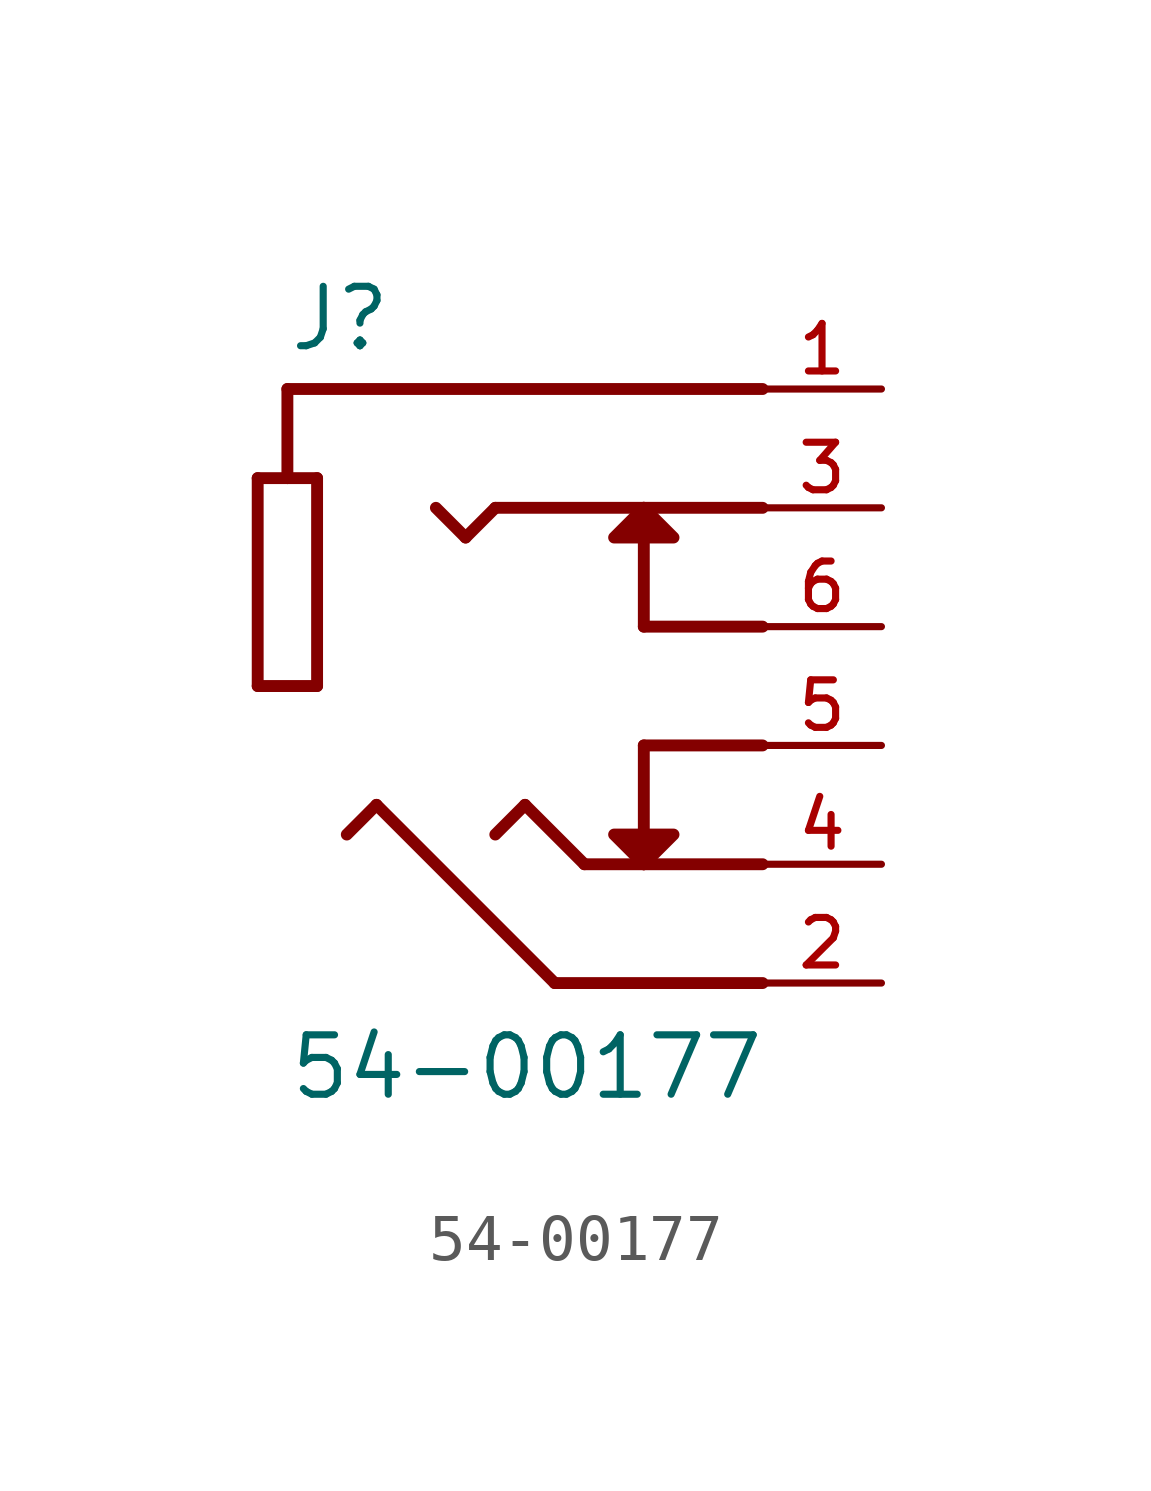
<source format=kicad_sym>
(kicad_symbol_lib
  (version 20211014)
  (generator kicad_symbol_editor)
  (symbol "54-00177"
    (pin_names
      (offset 1.016))
    (property "Reference" "J"
      (at -5.08 5.842 0)
      (effects (font (size 1.27 1.27)) (justify bottom left)))
    (property "Value" "54-00177"
      (at -5.08 -10.16 0)
      (effects (font (size 1.27 1.27)) (justify bottom left)))
    (symbol "54-00177_0_0"
      (polyline (pts (xy 5.08 5.08) (xy -5.08 5.08)) (stroke (width 0.254)))
      (polyline (pts (xy 5.08 -5.08) (xy 2.54 -5.08)) (stroke (width 0.254)))
      (polyline (pts (xy 2.54 -5.08) (xy 1.27 -5.08)) (stroke (width 0.254)))
      (polyline (pts (xy -5.08 5.08) (xy -5.08 3.175)) (stroke (width 0.254)))
      (polyline (pts (xy -5.08 3.175) (xy -4.445 3.175)) (stroke (width 0.254)))
      (polyline (pts (xy -4.445 3.175) (xy -4.445 -1.27)) (stroke (width 0.254)))
      (polyline (pts (xy -4.445 -1.27) (xy -5.715 -1.27)) (stroke (width 0.254)))
      (polyline (pts (xy -5.715 -1.27) (xy -5.715 3.175)) (stroke (width 0.254)))
      (polyline (pts (xy -5.715 3.175) (xy -5.08 3.175)) (stroke (width 0.254)))
      (polyline (pts (xy -3.175 -3.81) (xy -3.81 -4.445)) (stroke (width 0.254)))
      (polyline (pts (xy 1.27 -5.08) (xy 0.0 -3.81)) (stroke (width 0.254)))
      (polyline (pts (xy 0.0 -3.81) (xy -0.635 -4.445)) (stroke (width 0.254)))
      (polyline (pts (xy 5.08 2.54) (xy 2.54 2.54)) (stroke (width 0.254)))
      (polyline (pts (xy 2.54 2.54) (xy -0.635 2.54)) (stroke (width 0.254)))
      (polyline (pts (xy -0.635 2.54) (xy -1.27 1.905)) (stroke (width 0.254)))
      (polyline (pts (xy -1.27 1.905) (xy -1.905 2.54)) (stroke (width 0.254)))
      (polyline (pts (xy 5.08 0.0) (xy 2.54 0.0)) (stroke (width 0.254)))
      (polyline (pts (xy 2.54 0.0) (xy 2.54 2.54)) (stroke (width 0.254)))
      (polyline (pts (xy 5.08 -2.54) (xy 2.54 -2.54)) (stroke (width 0.254)))
      (polyline (pts (xy 2.54 -2.54) (xy 2.54 -5.08)) (stroke (width 0.254)))
      (polyline (pts (xy 5.08 -7.62) (xy 0.635 -7.62)) (stroke (width 0.254)))
      (polyline (pts (xy -3.175 -3.81) (xy 0.635 -7.62)) (stroke (width 0.254)))
      (polyline (pts (xy 2.54 2.54) (xy 1.905 1.905) (xy 3.175 1.905) (xy 2.54 2.54)) (stroke (width 0.254)) (fill (type outline)))
      (polyline (pts (xy 1.905 -4.445) (xy 3.175 -4.445) (xy 2.54 -5.08) (xy 1.905 -4.445)) (stroke (width 0.254)) (fill (type outline)))
      (pin passive line (at 7.62 5.08 180.0) (length 2.54) (name "~" (effects (font (size 1.016 1.016)))) (number "1" (effects (font (size 1.016 1.016)))))
      (pin passive line (at 7.62 -7.62 180.0) (length 2.54) (name "~" (effects (font (size 1.016 1.016)))) (number "2" (effects (font (size 1.016 1.016)))))
      (pin passive line (at 7.62 -5.08 180.0) (length 2.54) (name "~" (effects (font (size 1.016 1.016)))) (number "4" (effects (font (size 1.016 1.016)))))
      (pin passive line (at 7.62 2.54 180.0) (length 2.54) (name "~" (effects (font (size 1.016 1.016)))) (number "3" (effects (font (size 1.016 1.016)))))
      (pin passive line (at 7.62 -2.54 180.0) (length 2.54) (name "~" (effects (font (size 1.016 1.016)))) (number "5" (effects (font (size 1.016 1.016)))))
      (pin passive line (at 7.62 0.0 180.0) (length 2.54) (name "~" (effects (font (size 1.016 1.016)))) (number "6" (effects (font (size 1.016 1.016))))))))
</source>
